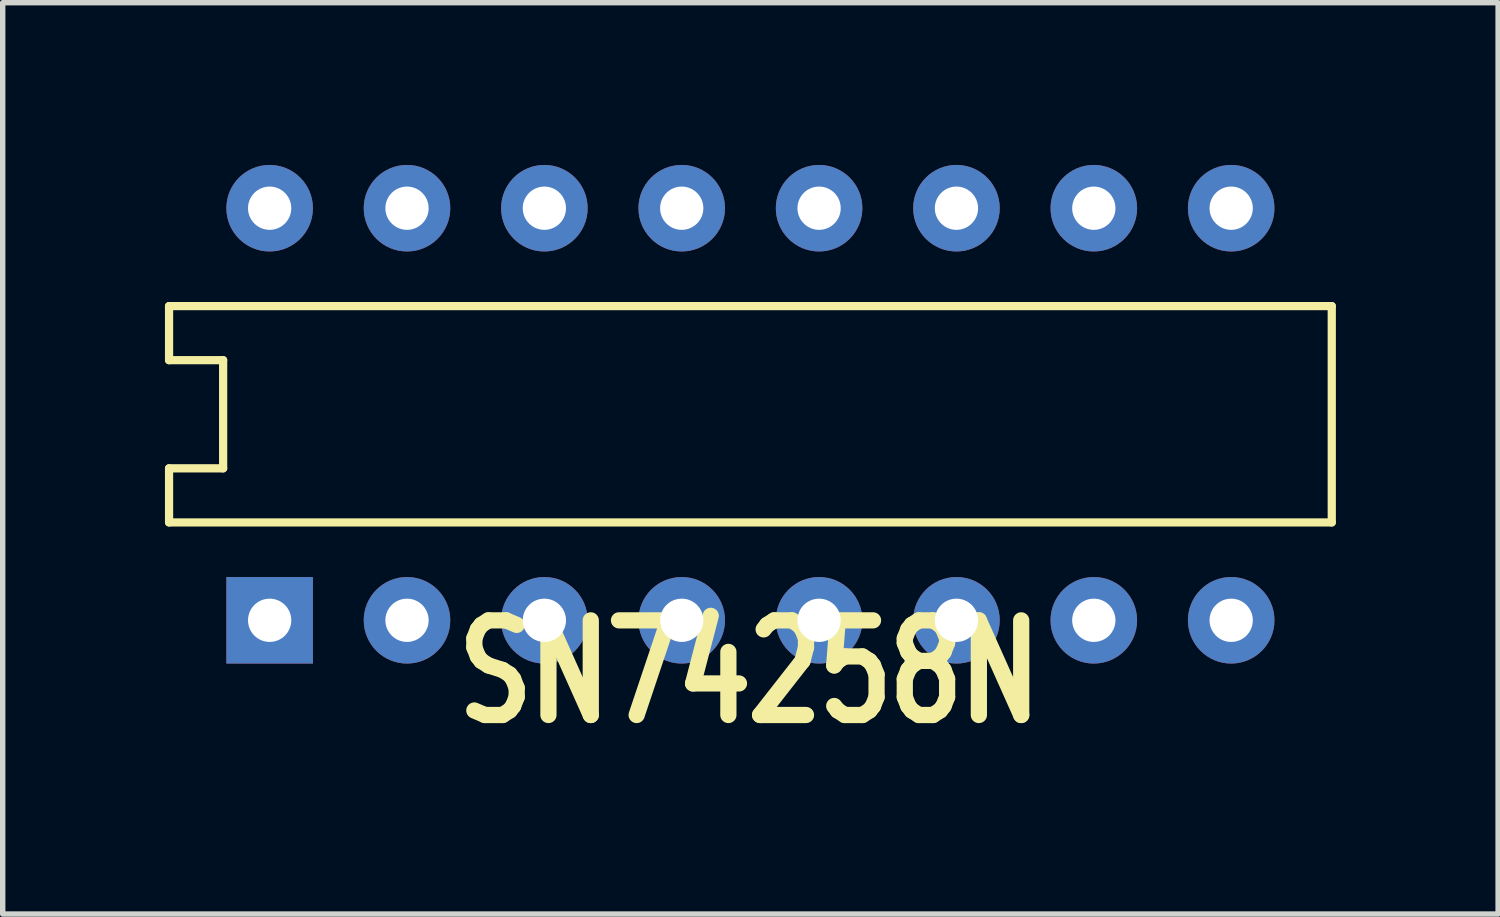
<source format=kicad_pcb>
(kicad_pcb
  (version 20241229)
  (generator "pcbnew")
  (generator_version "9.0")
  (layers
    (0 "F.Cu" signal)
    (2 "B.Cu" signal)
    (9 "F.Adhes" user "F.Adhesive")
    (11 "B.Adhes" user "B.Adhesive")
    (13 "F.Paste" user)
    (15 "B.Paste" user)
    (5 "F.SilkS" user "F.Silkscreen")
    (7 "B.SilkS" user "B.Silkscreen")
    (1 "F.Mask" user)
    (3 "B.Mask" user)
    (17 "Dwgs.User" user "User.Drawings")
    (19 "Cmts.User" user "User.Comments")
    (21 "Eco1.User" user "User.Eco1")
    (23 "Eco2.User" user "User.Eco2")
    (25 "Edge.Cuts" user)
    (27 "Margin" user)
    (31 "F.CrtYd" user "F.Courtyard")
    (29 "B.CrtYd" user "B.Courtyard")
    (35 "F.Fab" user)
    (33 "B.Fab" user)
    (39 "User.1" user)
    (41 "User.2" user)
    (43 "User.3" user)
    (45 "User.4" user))
  (footprint "SN74258N"
    (layer "F.Cu")
    (at 1.936 8.42)
    (property "Reference" "SN74258N" (at 3.327 1.981 0) (layer "F.SilkS") (effects (font (size 1.75 1.37) (thickness 0.3)) (justify left bottom)))
    (attr through_hole)
    (fp_line (start -1.86 -5.81) (end -1.86 -4.81) (stroke (width 0.152) (type solid)) (layer "F.SilkS"))
    (fp_line (start -1.86 -4.81) (end -0.86 -4.81) (stroke (width 0.152) (type solid)) (layer "F.SilkS"))
    (fp_line (start -1.86 -2.81) (end -0.86 -2.81) (stroke (width 0.152) (type solid)) (layer "F.SilkS"))
    (fp_line (start -1.86 -1.81) (end -1.86 -2.81) (stroke (width 0.152) (type solid)) (layer "F.SilkS"))
    (fp_line (start -1.86 -1.81) (end 19.64 -1.81) (stroke (width 0.152) (type solid)) (layer "F.SilkS"))
    (fp_line (start -0.86 -2.81) (end -0.86 -4.81) (stroke (width 0.152) (type solid)) (layer "F.SilkS"))
    (fp_line (start 19.64 -5.81) (end -1.86 -5.81) (stroke (width 0.152) (type solid)) (layer "F.SilkS"))
    (fp_line (start 19.64 -5.81) (end 19.64 -1.81) (stroke (width 0.152) (type solid)) (layer "F.SilkS"))
    (pad "1" thru_hole rect (at 0 0 90) (size 1.6 1.6) (drill 0.8) (layers "*.Cu" "*.Mask"))
    (pad "2" thru_hole circle (at 2.54 0 90) (size 1.6 1.6) (drill 0.8) (layers "*.Cu" "*.Mask"))
    (pad "3" thru_hole circle (at 5.08 0 90) (size 1.6 1.6) (drill 0.8) (layers "*.Cu" "*.Mask"))
    (pad "4" thru_hole circle (at 7.62 0 90) (size 1.6 1.6) (drill 0.8) (layers "*.Cu" "*.Mask"))
    (pad "5" thru_hole circle (at 10.16 0 90) (size 1.6 1.6) (drill 0.8) (layers "*.Cu" "*.Mask"))
    (pad "6" thru_hole circle (at 12.7 0 90) (size 1.6 1.6) (drill 0.8) (layers "*.Cu" "*.Mask"))
    (pad "7" thru_hole circle (at 15.24 0 90) (size 1.6 1.6) (drill 0.8) (layers "*.Cu" "*.Mask"))
    (pad "8" thru_hole circle (at 17.78 0 90) (size 1.6 1.6) (drill 0.8) (layers "*.Cu" "*.Mask"))
    (pad "9" thru_hole circle (at 17.78 -7.62 90) (size 1.6 1.6) (drill 0.8) (layers "*.Cu" "*.Mask"))
    (pad "10" thru_hole circle (at 15.24 -7.62 90) (size 1.6 1.6) (drill 0.8) (layers "*.Cu" "*.Mask"))
    (pad "11" thru_hole circle (at 12.7 -7.62 90) (size 1.6 1.6) (drill 0.8) (layers "*.Cu" "*.Mask"))
    (pad "12" thru_hole circle (at 10.16 -7.62 90) (size 1.6 1.6) (drill 0.8) (layers "*.Cu" "*.Mask"))
    (pad "13" thru_hole circle (at 7.62 -7.62 90) (size 1.6 1.6) (drill 0.8) (layers "*.Cu" "*.Mask"))
    (pad "14" thru_hole circle (at 5.08 -7.62 90) (size 1.6 1.6) (drill 0.8) (layers "*.Cu" "*.Mask"))
    (pad "15" thru_hole circle (at 2.54 -7.62 90) (size 1.6 1.6) (drill 0.8) (layers "*.Cu" "*.Mask"))
    (pad "16" thru_hole circle (at 0 -7.62 90) (size 1.6 1.6) (drill 0.8) (layers "*.Cu" "*.Mask")))
  (gr_rect
    (start -3 -3)
    (end 24.652 13.852)
    (stroke (width 0.1) (type default))
    (fill no)
    (layer "Edge.Cuts")))
</source>
